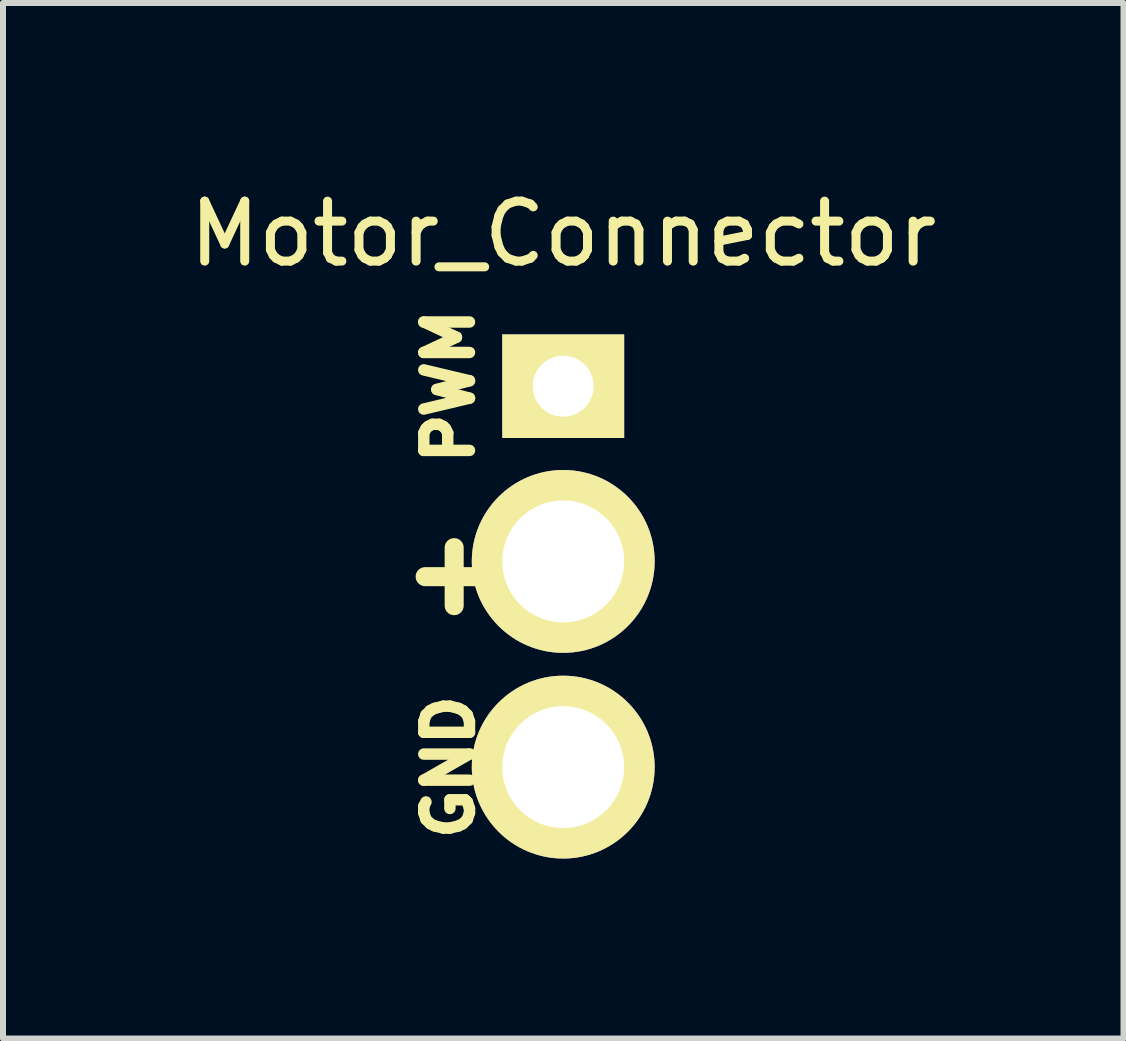
<source format=kicad_pcb>
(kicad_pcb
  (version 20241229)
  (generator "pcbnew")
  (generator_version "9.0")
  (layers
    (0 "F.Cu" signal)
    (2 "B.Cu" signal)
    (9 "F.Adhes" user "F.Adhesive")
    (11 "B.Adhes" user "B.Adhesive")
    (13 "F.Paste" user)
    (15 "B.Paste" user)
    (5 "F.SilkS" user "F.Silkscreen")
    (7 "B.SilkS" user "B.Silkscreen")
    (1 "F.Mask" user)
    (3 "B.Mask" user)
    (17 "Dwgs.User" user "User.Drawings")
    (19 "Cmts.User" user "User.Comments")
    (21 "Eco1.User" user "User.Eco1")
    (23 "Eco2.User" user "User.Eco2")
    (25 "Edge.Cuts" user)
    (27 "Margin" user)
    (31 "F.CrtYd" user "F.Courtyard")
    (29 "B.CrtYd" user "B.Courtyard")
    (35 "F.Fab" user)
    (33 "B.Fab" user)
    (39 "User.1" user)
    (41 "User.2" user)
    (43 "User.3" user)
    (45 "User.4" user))
  (footprint "Motor_Connector"
    (layer "F.Cu")
    (at 6.339 3.388)
    (property "Reference" "Motor_Connector" (at 0 -2.54 0) (layer "F.SilkS") (effects (font (size 1 1) (thickness 0.15))))
    (attr through_hole)
    (fp_text user "PWM" (at -1.905 0 90) (layer "F.SilkS") (effects (font (size 0.762 0.762) (thickness 0.191))))
    (fp_text user "GND" (at -1.905 6.35 90) (layer "F.SilkS") (effects (font (size 0.762 0.762) (thickness 0.191))))
    (fp_text user "+" (at -1.905 3.175 90) (layer "F.SilkS") (effects (font (size 1.27 1.27) (thickness 0.318))))
    (pad "1" thru_hole rect (at 0 0) (size 2.032 1.727) (drill 1.016) (layers "*.Cu" "*.Mask" "F.SilkS"))
    (pad "2" thru_hole circle (at 0 2.921) (size 3.048 3.048) (drill 2.032) (layers "*.Cu" "*.Mask" "F.SilkS"))
    (pad "3" thru_hole circle (at 0 6.35) (size 3.048 3.048) (drill 2.032) (layers "*.Cu" "*.Mask" "F.SilkS")))
  (gr_rect
    (start -3 -3)
    (end 15.679 14.262)
    (stroke (width 0.1) (type default))
    (fill no)
    (layer "Edge.Cuts")))
</source>
